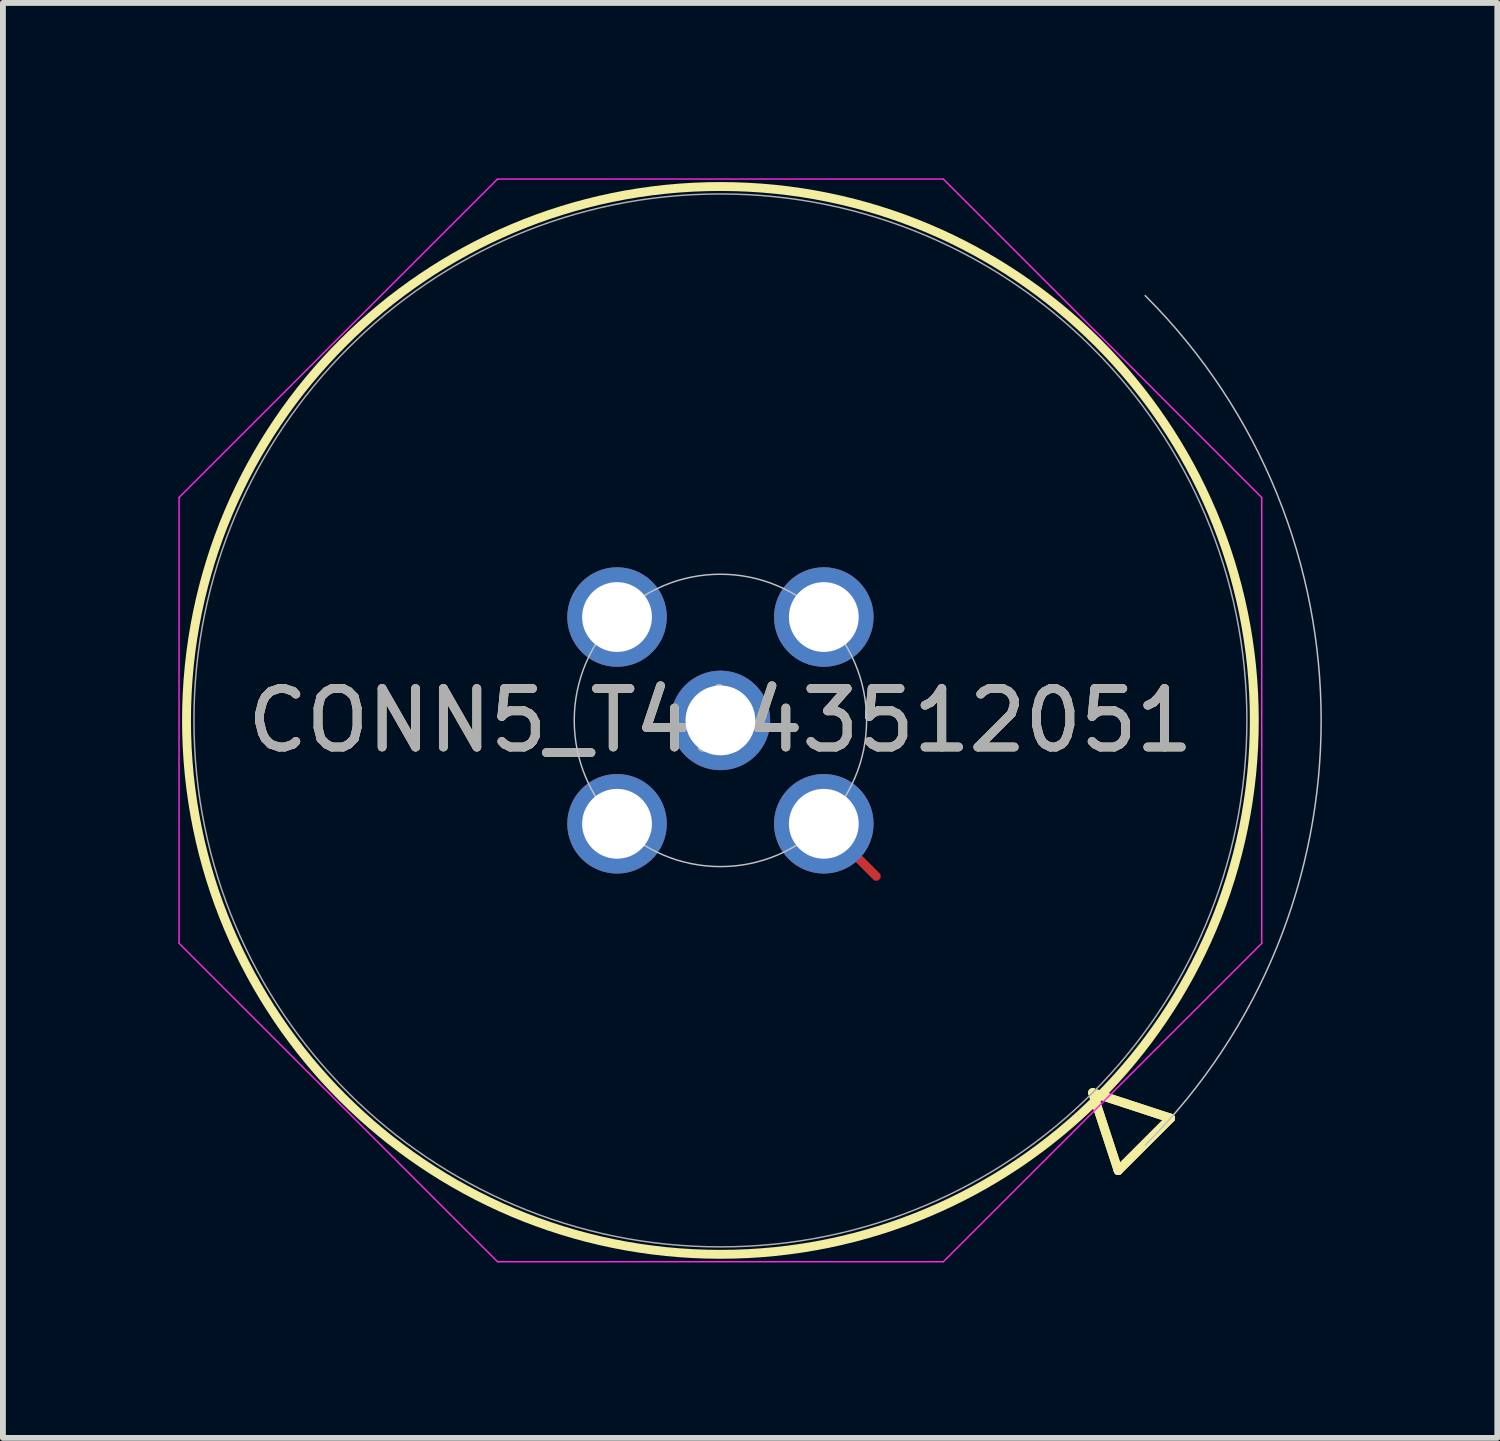
<source format=kicad_pcb>
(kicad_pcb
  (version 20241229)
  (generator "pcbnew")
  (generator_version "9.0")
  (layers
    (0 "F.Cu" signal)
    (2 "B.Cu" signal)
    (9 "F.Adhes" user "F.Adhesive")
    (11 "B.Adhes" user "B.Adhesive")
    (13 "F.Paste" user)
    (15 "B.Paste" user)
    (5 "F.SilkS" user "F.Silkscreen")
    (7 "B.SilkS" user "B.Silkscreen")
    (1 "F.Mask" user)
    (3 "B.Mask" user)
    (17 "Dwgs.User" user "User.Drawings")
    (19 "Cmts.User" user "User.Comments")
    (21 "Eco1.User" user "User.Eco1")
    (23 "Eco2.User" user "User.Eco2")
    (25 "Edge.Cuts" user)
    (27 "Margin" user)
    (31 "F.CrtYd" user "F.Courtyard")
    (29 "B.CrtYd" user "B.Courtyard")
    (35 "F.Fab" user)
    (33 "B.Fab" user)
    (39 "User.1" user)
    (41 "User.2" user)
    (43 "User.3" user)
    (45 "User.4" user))
  (footprint "CONN5_T4143512051"
    (layer "F.Cu")
    (at 7.503 7.503)
    (property "Reference" "CONN5_T4143512051" (at 1.768 1.768 0) (unlocked yes) (layer "F.SilkS") (effects (font (size 1 1) (thickness 0.15))))
    (attr through_hole)
    (fp_line (start 3.536 3.536) (end 4.434 4.434) (stroke (width 0.152) (type solid)) (layer "F.Cu"))
    (fp_line (start 8.135 8.135) (end 9.467 8.571) (stroke (width 0.152) (type solid)) (layer "F.SilkS"))
    (fp_line (start 8.135 8.135) (end 9.467 8.571) (stroke (width 0.152) (type solid)) (layer "F.SilkS"))
    (fp_line (start 8.571 9.467) (end 8.135 8.135) (stroke (width 0.152) (type solid)) (layer "F.SilkS"))
    (fp_line (start 8.571 9.467) (end 8.135 8.135) (stroke (width 0.152) (type solid)) (layer "F.SilkS"))
    (fp_line (start 9.467 8.571) (end 8.571 9.467) (stroke (width 0.152) (type solid)) (layer "F.SilkS"))
    (fp_line (start 9.467 8.571) (end 8.571 9.467) (stroke (width 0.152) (type solid)) (layer "F.SilkS"))
    (fp_circle (center 1.768 1.768) (end 10.899 1.768) (stroke (width 0.152) (type solid)) (fill no) (layer "F.SilkS"))
    (fp_arc (start 9.032794 -5.49726) (mid 12.042067 1.767767) (end 9.032794 9.032794) (stroke (width 0.0254) (type solid)) (layer "Dwgs.User"))
    (fp_circle (center 1.768 1.768) (end 4.268 1.768) (stroke (width 0.025) (type solid)) (fill no) (layer "Dwgs.User"))
    (fp_line (start -7.491 -2.044) (end -2.044 -7.491) (stroke (width 0.025) (type solid)) (layer "F.CrtYd"))
    (fp_line (start -7.491 5.58) (end -7.491 -2.044) (stroke (width 0.025) (type solid)) (layer "F.CrtYd"))
    (fp_line (start -2.044 -7.491) (end 5.58 -7.491) (stroke (width 0.025) (type solid)) (layer "F.CrtYd"))
    (fp_line (start -2.044 11.026) (end -7.491 5.58) (stroke (width 0.025) (type solid)) (layer "F.CrtYd"))
    (fp_line (start 5.58 -7.491) (end 11.026 -2.044) (stroke (width 0.025) (type solid)) (layer "F.CrtYd"))
    (fp_line (start 5.58 11.026) (end -2.044 11.026) (stroke (width 0.025) (type solid)) (layer "F.CrtYd"))
    (fp_line (start 11.026 -2.044) (end 11.026 5.58) (stroke (width 0.025) (type solid)) (layer "F.CrtYd"))
    (fp_line (start 11.026 5.58) (end 5.58 11.026) (stroke (width 0.025) (type solid)) (layer "F.CrtYd"))
    (fp_circle (center 1.768 1.768) (end 10.772 1.768) (stroke (width 0.025) (type solid)) (fill no) (layer "F.Fab"))
    (fp_text user "${REFERENCE}" (at 1.768 1.768 0) (unlocked yes) (layer "F.Fab") (effects (font (size 1 1) (thickness 0.15))))
    (pad "1" thru_hole circle (at 3.536 3.536) (size 1.702 1.702) (drill 1.194) (layers "*.Cu" "*.Mask"))
    (pad "2" thru_hole circle (at 0 3.536 90) (size 1.702 1.702) (drill 1.194) (layers "*.Cu" "*.Mask"))
    (pad "3" thru_hole circle (at 0 0) (size 1.702 1.702) (drill 1.194) (layers "*.Cu" "*.Mask"))
    (pad "4" thru_hole circle (at 3.536 0 90) (size 1.702 1.702) (drill 1.194) (layers "*.Cu" "*.Mask"))
    (pad "5" thru_hole circle (at 1.768 1.768) (size 1.702 1.702) (drill 1.194) (layers "*.Cu" "*.Mask")))
  (gr_rect
    (start -3 -3)
    (end 22.558 21.542)
    (stroke (width 0.1) (type default))
    (fill no)
    (layer "Edge.Cuts")))
</source>
